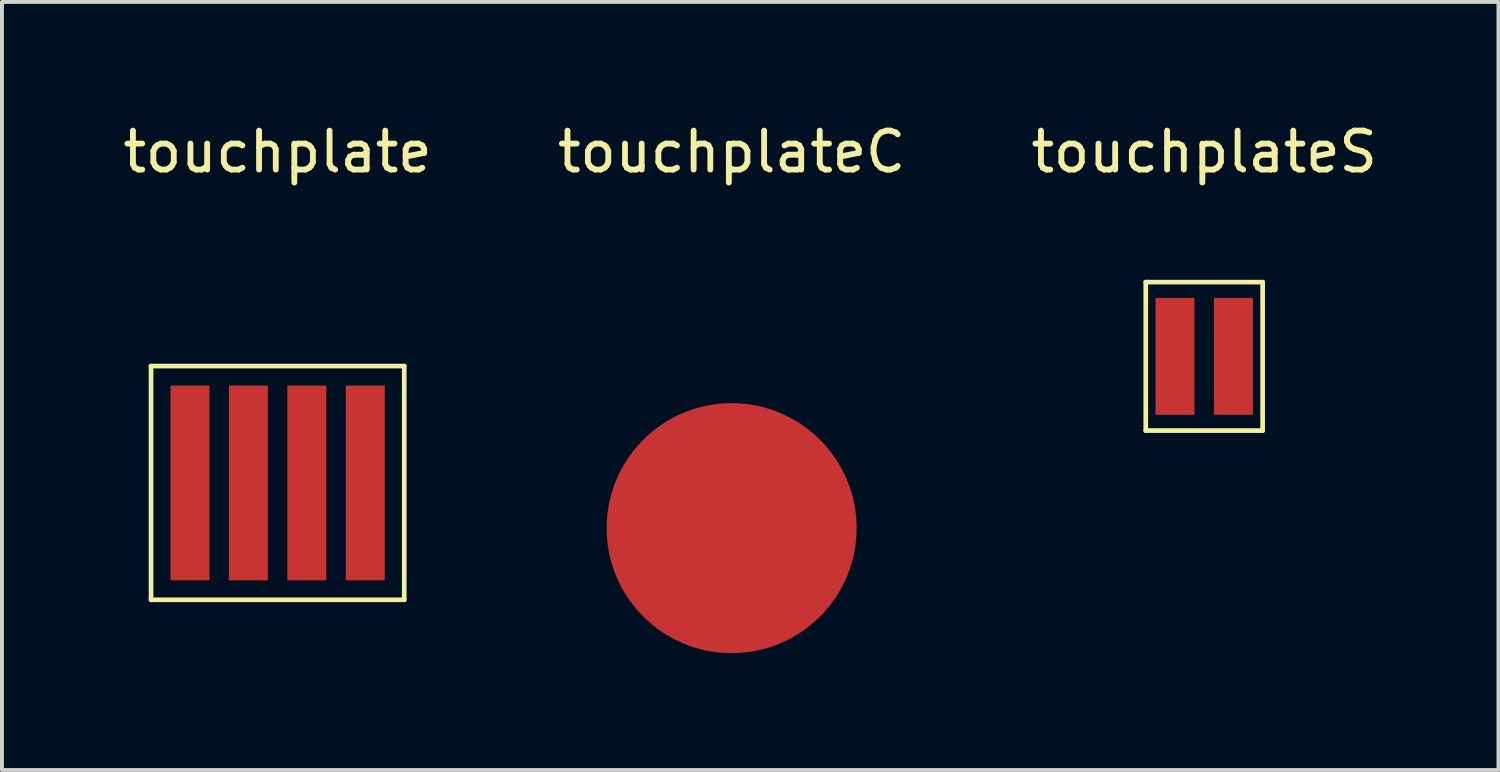
<source format=kicad_pcb>
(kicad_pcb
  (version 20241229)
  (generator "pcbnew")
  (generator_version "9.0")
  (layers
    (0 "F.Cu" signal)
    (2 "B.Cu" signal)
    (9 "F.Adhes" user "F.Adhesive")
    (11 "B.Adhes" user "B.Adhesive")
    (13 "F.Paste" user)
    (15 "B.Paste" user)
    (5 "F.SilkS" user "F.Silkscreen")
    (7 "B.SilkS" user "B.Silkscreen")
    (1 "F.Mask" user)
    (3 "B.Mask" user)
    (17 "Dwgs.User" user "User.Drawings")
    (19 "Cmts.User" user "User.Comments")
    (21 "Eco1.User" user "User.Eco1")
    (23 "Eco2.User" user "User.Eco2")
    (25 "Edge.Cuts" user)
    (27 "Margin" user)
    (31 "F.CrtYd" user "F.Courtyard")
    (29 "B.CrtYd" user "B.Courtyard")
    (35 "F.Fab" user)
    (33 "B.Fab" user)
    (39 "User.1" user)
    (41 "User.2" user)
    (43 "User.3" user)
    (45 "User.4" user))
  (footprint "touchplateS"
    (layer "F.Cu")
    (at 27.863 6.098)
    (property "Reference" "touchplateS" (at 0 -5.25 0) (layer "F.SilkS") (effects (font (size 1 1) (thickness 0.15))))
    (attr through_hole)
    (fp_line (start -1.5 -1.905) (end 1.5 -1.905) (stroke (width 0.12) (type solid)) (layer "F.SilkS"))
    (fp_line (start -1.5 1.905) (end -1.5 -1.905) (stroke (width 0.12) (type solid)) (layer "F.SilkS"))
    (fp_line (start 1.5 -1.905) (end 1.5 1.905) (stroke (width 0.12) (type solid)) (layer "F.SilkS"))
    (fp_line (start 1.5 1.905) (end -1.5 1.905) (stroke (width 0.12) (type solid)) (layer "F.SilkS"))
    (pad "1" smd rect (at 0.75 0) (size 1 3) (layers "F.Cu" "F.Mask" "F.Paste"))
    (pad "2" smd rect (at -0.75 0) (size 1 3) (layers "F.Cu" "F.Mask" "F.Paste")))
  (footprint "touchplate"
    (layer "F.Cu")
    (at 4.077 9.348)
    (property "Reference" "touchplate" (at 0 -8.5 0) (layer "F.SilkS") (effects (font (size 1 1) (thickness 0.15))))
    (attr through_hole)
    (fp_line (start -3.25 -3) (end 3.25 -3) (stroke (width 0.12) (type solid)) (layer "F.SilkS"))
    (fp_line (start -3.25 3) (end -3.25 -3) (stroke (width 0.12) (type solid)) (layer "F.SilkS"))
    (fp_line (start 3.25 -3) (end 3.25 3) (stroke (width 0.12) (type solid)) (layer "F.SilkS"))
    (fp_line (start 3.25 3) (end -3.25 3) (stroke (width 0.12) (type solid)) (layer "F.SilkS"))
    (pad "1" smd rect (at -2.25 0) (size 1 5) (layers "F.Cu" "F.Mask" "F.Paste"))
    (pad "1" smd rect (at 0.75 0) (size 1 5) (layers "F.Cu" "F.Mask" "F.Paste"))
    (pad "2" smd rect (at -0.75 0) (size 1 5) (layers "F.Cu" "F.Mask" "F.Paste"))
    (pad "2" smd rect (at 2.25 0) (size 1 5) (layers "F.Cu" "F.Mask" "F.Paste")))
  (footprint "touchplateC"
    (layer "F.Cu")
    (at 15.732 10.508)
    (property "Reference" "touchplateC" (at 0 -9.66 0) (layer "F.SilkS") (effects (font (size 1 1) (thickness 0.15))))
    (attr through_hole)
    (fp_circle (center 0 0) (end 0.4 0) (stroke (width 1) (type solid)) (fill no) (layer "F.Cu"))
    (fp_circle (center 0 0) (end 2.2 0.2) (stroke (width 2) (type solid)) (fill no) (layer "F.Cu"))
    (fp_circle (center 0 0) (end 0.4 0) (stroke (width 1) (type solid)) (fill no) (layer "F.Mask"))
    (fp_circle (center 0 0) (end 2.2 0) (stroke (width 2) (type solid)) (fill no) (layer "F.Mask"))
    (fp_circle (center 0 0) (end 0.4 0) (stroke (width 1) (type solid)) (fill no) (layer "F.Paste"))
    (fp_circle (center 0 0) (end 2.2 0) (stroke (width 2) (type solid)) (fill no) (layer "F.Paste"))
    (pad "1" smd rect (at 0 -2.2) (size 1 1) (layers "F.Cu" "F.Mask" "F.Paste"))
    (pad "2" smd rect (at 0 0) (size 1 1) (layers "F.Cu" "F.Mask" "F.Paste")))
  (gr_rect
    (start -3 -3)
    (end 35.417 16.717)
    (stroke (width 0.1) (type default))
    (fill no)
    (layer "Edge.Cuts")))
</source>
